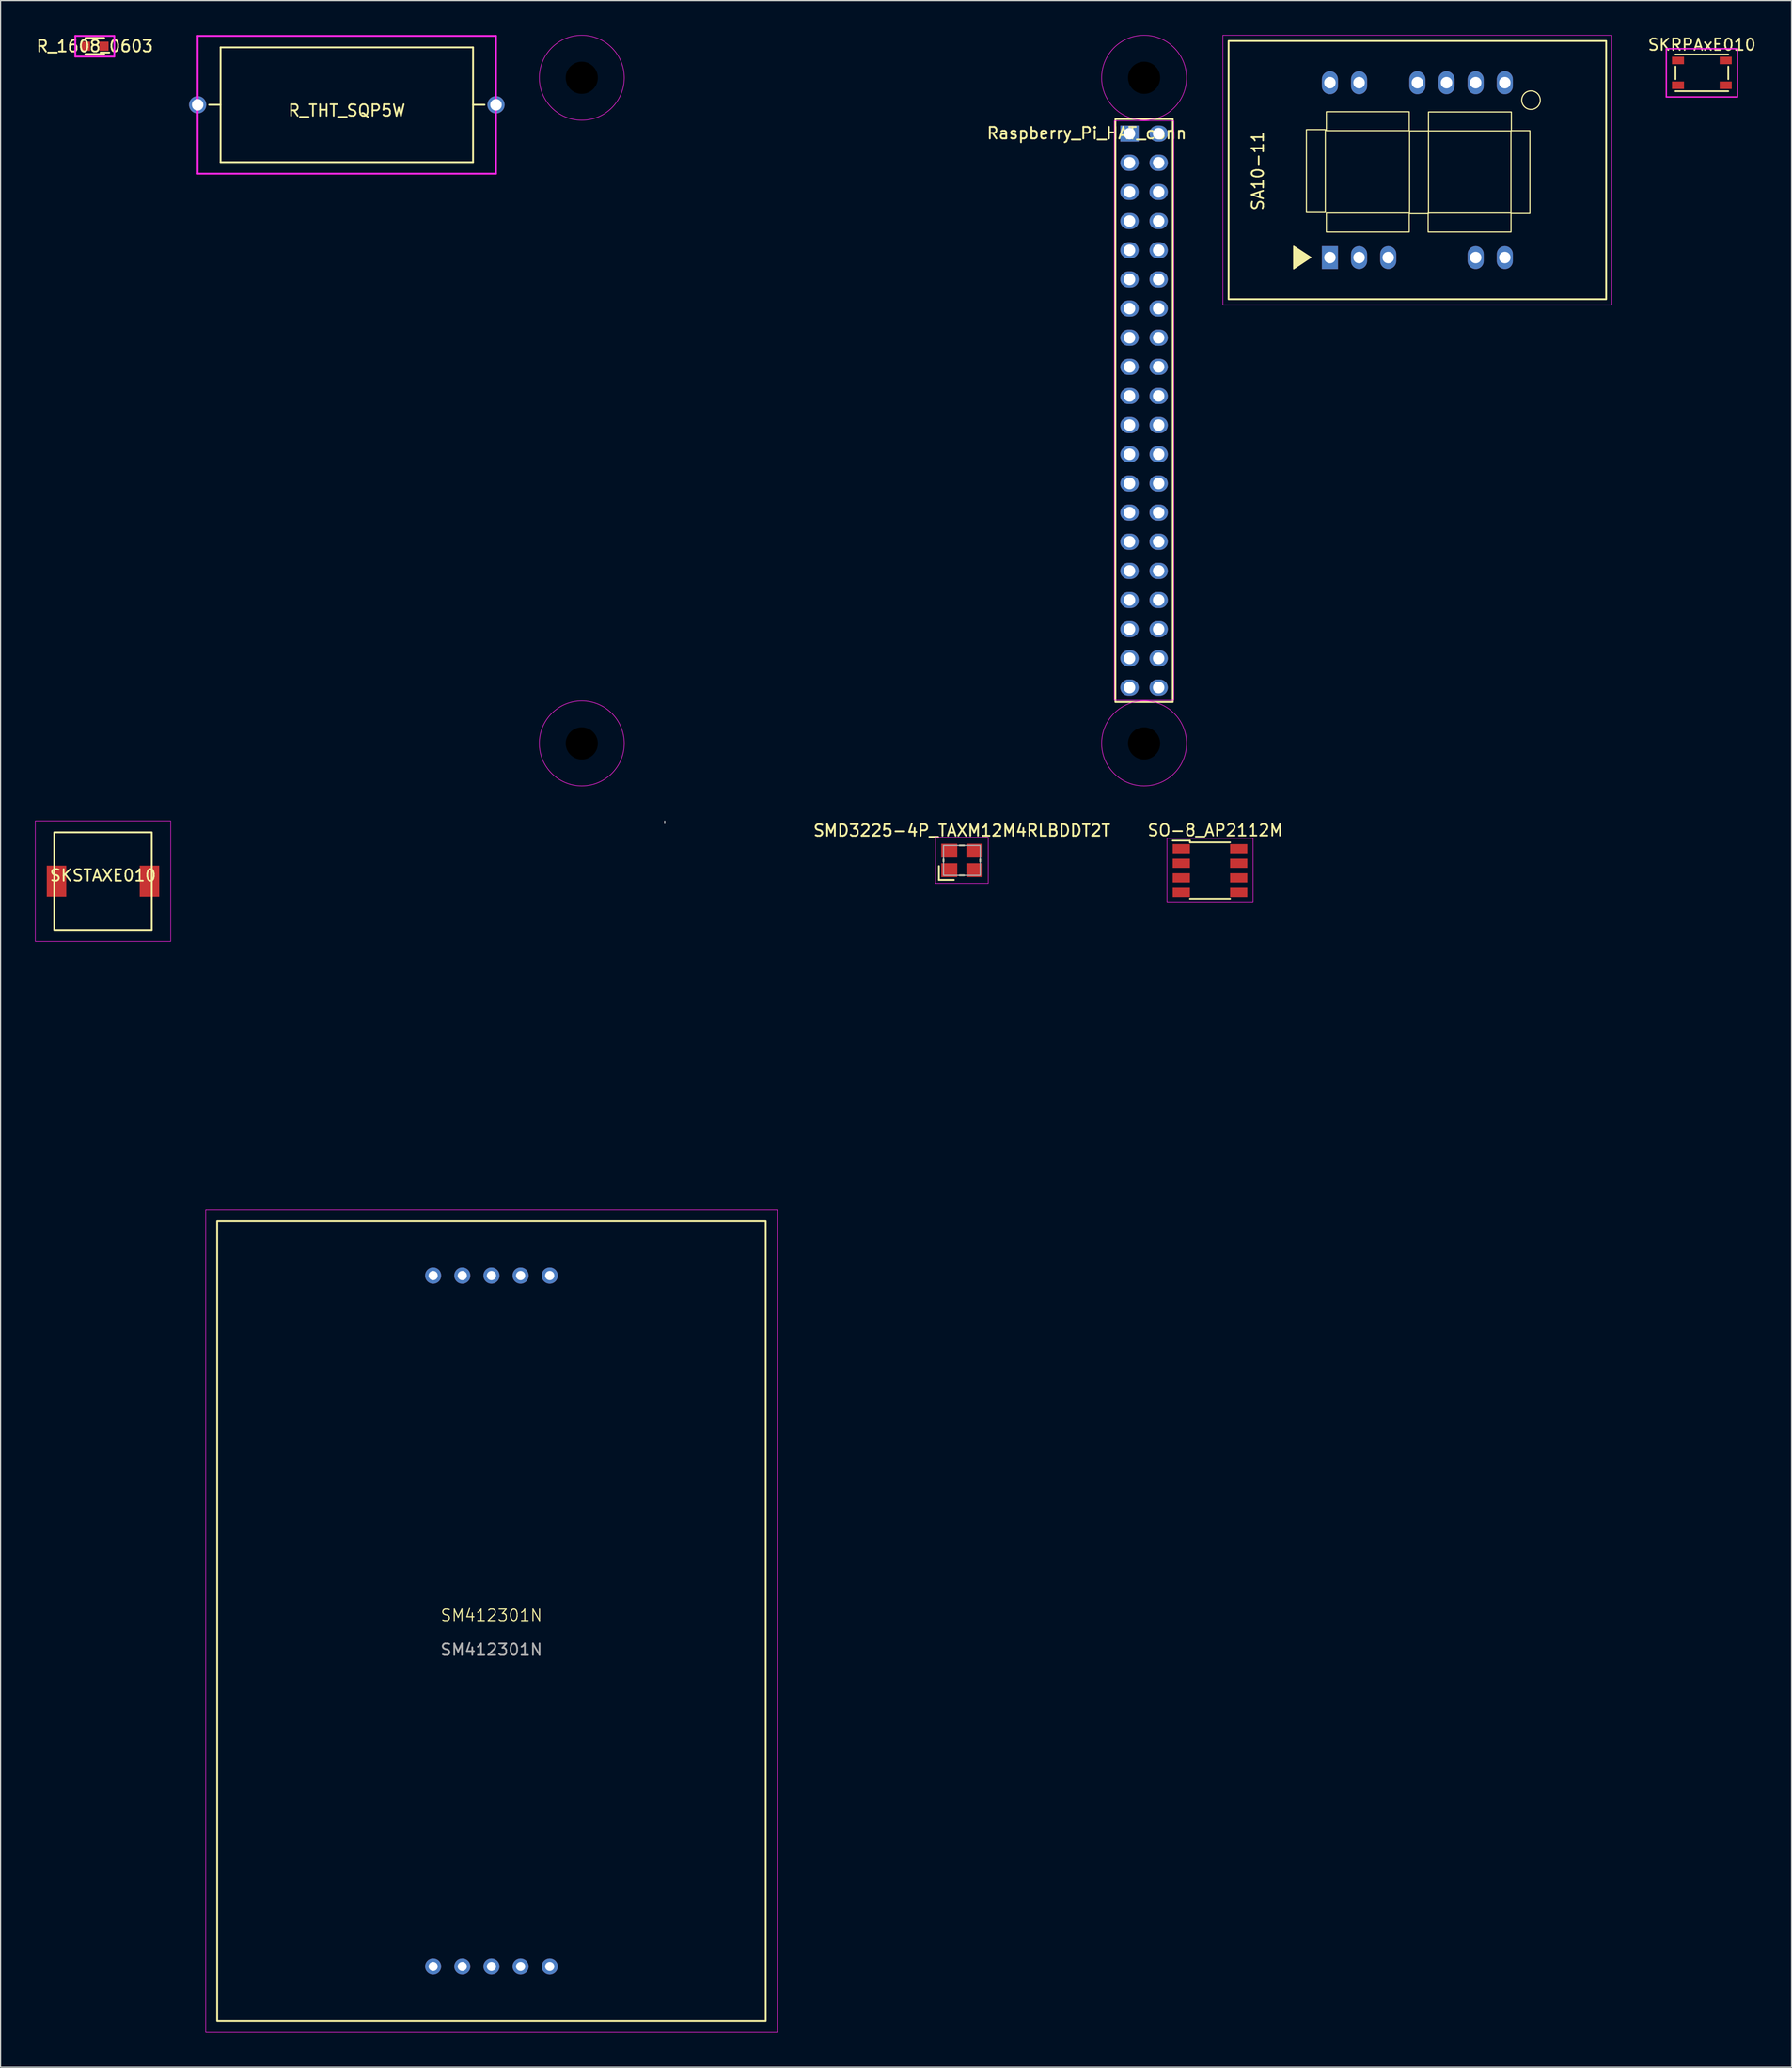
<source format=kicad_pcb>
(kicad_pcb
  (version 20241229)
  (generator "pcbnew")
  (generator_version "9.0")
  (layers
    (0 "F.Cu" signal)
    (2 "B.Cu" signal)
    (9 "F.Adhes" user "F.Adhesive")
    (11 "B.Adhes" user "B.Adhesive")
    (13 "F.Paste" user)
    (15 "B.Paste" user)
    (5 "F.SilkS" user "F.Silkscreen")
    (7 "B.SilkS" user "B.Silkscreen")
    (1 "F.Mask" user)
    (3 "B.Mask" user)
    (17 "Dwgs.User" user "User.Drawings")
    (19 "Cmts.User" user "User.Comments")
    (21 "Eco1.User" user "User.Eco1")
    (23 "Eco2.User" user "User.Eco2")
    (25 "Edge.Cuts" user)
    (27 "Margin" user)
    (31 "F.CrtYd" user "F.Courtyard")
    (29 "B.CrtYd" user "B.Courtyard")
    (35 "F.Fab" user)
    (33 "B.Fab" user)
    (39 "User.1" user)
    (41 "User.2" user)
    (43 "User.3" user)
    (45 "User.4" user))
  (footprint "R_THT_SQP5W"
    (layer "F.Cu")
    (at 27.173 6.08)
    (property "Reference" "R_THT_SQP5W" (at 0 0.5 0) (layer "F.SilkS") (effects (font (size 1 1) (thickness 0.15))))
    (attr through_hole)
    (fp_line (start -11 -5) (end 11 -5) (stroke (width 0.16) (type solid)) (layer "F.SilkS"))
    (fp_line (start -11 0) (end -12 0) (stroke (width 0.16) (type solid)) (layer "F.SilkS"))
    (fp_line (start -11 5) (end -11 -5) (stroke (width 0.16) (type solid)) (layer "F.SilkS"))
    (fp_line (start 11 -5) (end 11 5) (stroke (width 0.16) (type solid)) (layer "F.SilkS"))
    (fp_line (start 11 0) (end 12 0) (stroke (width 0.16) (type solid)) (layer "F.SilkS"))
    (fp_line (start 11 5) (end -11 5) (stroke (width 0.16) (type solid)) (layer "F.SilkS"))
    (fp_line (start -13 -6) (end 13 -6) (stroke (width 0.16) (type solid)) (layer "F.CrtYd"))
    (fp_line (start -13 6) (end -13 -6) (stroke (width 0.16) (type solid)) (layer "F.CrtYd"))
    (fp_line (start 13 -6) (end 13 6) (stroke (width 0.16) (type solid)) (layer "F.CrtYd"))
    (fp_line (start 13 6) (end -13 6) (stroke (width 0.16) (type solid)) (layer "F.CrtYd"))
    (pad "1" thru_hole circle (at -13 0) (size 1.5 1.5) (drill 1) (layers "*.Cu" "*.Mask"))
    (pad "2" thru_hole circle (at 13 0) (size 1.5 1.5) (drill 1) (layers "*.Cu" "*.Mask")))
  (footprint "SA10-11"
    (layer "F.Cu")
    (at 120.463 11.775)
    (property "Reference" "SA10-11" (at -13.9 0.08 90) (layer "F.SilkS") (effects (font (size 1 1) (thickness 0.15))))
    (attr through_hole)
    (fp_rect (start -16.45 -11.25) (end 16.45 11.25) (stroke (width 0.16) (type solid)) (fill no) (layer "F.SilkS"))
    (fp_rect (start -9.67 -3.53) (end -8.02 3.69) (stroke (width 0.1) (type default)) (fill no) (layer "F.SilkS"))
    (fp_rect (start -7.93 -5.09) (end -0.71 -3.44) (stroke (width 0.1) (type default)) (fill no) (layer "F.SilkS"))
    (fp_rect (start -7.93 3.74) (end -0.71 5.39) (stroke (width 0.1) (type default)) (fill no) (layer "F.SilkS"))
    (fp_rect (start -0.68 -3.42) (end 0.97 3.8) (stroke (width 0.1) (type default)) (fill no) (layer "F.SilkS"))
    (fp_rect (start 0.94 3.74) (end 8.16 5.39) (stroke (width 0.1) (type default)) (fill no) (layer "F.SilkS"))
    (fp_rect (start 0.97 -5.07) (end 8.19 -3.42) (stroke (width 0.1) (type default)) (fill no) (layer "F.SilkS"))
    (fp_rect (start 8.155 -3.44) (end 9.805 3.78) (stroke (width 0.1) (type default)) (fill no) (layer "F.SilkS"))
    (fp_circle (center 9.9 -6.1) (end 10.7 -6) (stroke (width 0.1) (type default)) (fill no) (layer "F.SilkS"))
    (fp_poly (pts (xy -9.279 7.604) (xy -10.779 6.627) (xy -10.779 8.604)) (stroke (width 0.1) (type solid)) (fill yes) (layer "F.SilkS"))
    (fp_rect (start -16.95 -11.75) (end 16.95 11.75) (stroke (width 0.05) (type solid)) (fill no) (layer "F.CrtYd"))
    (pad "1" thru_hole rect (at -7.62 7.62) (size 1.4 2) (drill 1) (layers "*.Cu" "*.Mask"))
    (pad "2" thru_hole oval (at -5.08 7.62) (size 1.4 2) (drill 1) (layers "*.Cu" "*.Mask"))
    (pad "3" thru_hole oval (at -2.54 7.62) (size 1.4 2) (drill 1) (layers "*.Cu" "*.Mask"))
    (pad "6" thru_hole oval (at 5.08 7.62) (size 1.4 2) (drill 1) (layers "*.Cu" "*.Mask"))
    (pad "7" thru_hole oval (at 7.62 7.62) (size 1.4 2) (drill 1) (layers "*.Cu" "*.Mask"))
    (pad "8" thru_hole oval (at 7.62 -7.62) (size 1.4 2) (drill 1) (layers "*.Cu" "*.Mask"))
    (pad "9" thru_hole oval (at 5.08 -7.62) (size 1.4 2) (drill 1) (layers "*.Cu" "*.Mask"))
    (pad "10" thru_hole oval (at 2.54 -7.62) (size 1.4 2) (drill 1) (layers "*.Cu" "*.Mask"))
    (pad "11" thru_hole oval (at 0 -7.62) (size 1.4 2) (drill 1) (layers "*.Cu" "*.Mask"))
    (pad "13" thru_hole oval (at -5.08 -7.62) (size 1.4 2) (drill 1) (layers "*.Cu" "*.Mask"))
    (pad "14" thru_hole oval (at -7.62 -7.62) (size 1.4 2) (drill 1) (layers "*.Cu" "*.Mask")))
  (footprint "SKSTAXE010"
    (layer "F.Cu")
    (at 5.925 73.725)
    (property "Reference" "SKSTAXE010" (at 0 -0.5 0) (unlocked yes) (layer "F.SilkS") (effects (font (size 1 1) (thickness 0.15))))
    (attr smd)
    (fp_rect (start -4.25 -4.25) (end 4.25 4.25) (stroke (width 0.16) (type default)) (fill no) (layer "F.SilkS"))
    (fp_rect (start -5.9 -5.25) (end 5.9 5.25) (stroke (width 0.05) (type default)) (fill no) (layer "F.CrtYd"))
    (pad "1" smd rect (at -4.05 0) (size 1.7 2.7) (layers "F.Cu" "F.Mask" "F.Paste"))
    (pad "2" smd rect (at 4.05 0) (size 1.7 2.7) (layers "F.Cu" "F.Mask" "F.Paste")))
  (footprint "SM412301N"
    (layer "F.Cu")
    (at 39.775 138.2)
    (property "Reference" "SM412301N" (at 0 -0.5 0) (unlocked yes) (layer "F.SilkS") (effects (font (size 1 1) (thickness 0.1))))
    (attr through_hole)
    (fp_rect (start -23.9 -34.85) (end 23.9 34.85) (stroke (width 0.16) (type default)) (fill no) (layer "F.SilkS"))
    (fp_rect (start 15.1 -69.7) (end 15.1 -69.5) (stroke (width 0.1) (type default)) (fill no) (layer "Dwgs.User"))
    (fp_rect (start -24.9 -35.85) (end 24.9 35.85) (stroke (width 0.05) (type default)) (fill no) (layer "F.CrtYd"))
    (fp_text user "${REFERENCE}" (at 0 2.5 0) (unlocked yes) (layer "F.Fab") (effects (font (size 1 1) (thickness 0.15))))
    (pad "1" thru_hole circle (at -5.08 30.1) (size 1.4 1.4) (drill 0.8) (layers "*.Cu" "*.Mask"))
    (pad "3" thru_hole circle (at 0 30.1) (size 1.4 1.4) (drill 0.8) (layers "*.Cu" "*.Mask"))
    (pad "4" thru_hole circle (at 2.54 30.1) (size 1.4 1.4) (drill 0.8) (layers "*.Cu" "*.Mask"))
    (pad "5" thru_hole circle (at 5.08 30.1) (size 1.4 1.4) (drill 0.8) (layers "*.Cu" "*.Mask"))
    (pad "6" thru_hole circle (at 5.08 -30.1) (size 1.4 1.4) (drill 0.8) (layers "*.Cu" "*.Mask"))
    (pad "7" thru_hole circle (at 2.54 -30.1) (size 1.4 1.4) (drill 0.8) (layers "*.Cu" "*.Mask"))
    (pad "8" thru_hole circle (at 0 -30.1) (size 1.4 1.4) (drill 0.8) (layers "*.Cu" "*.Mask"))
    (pad "9" thru_hole circle (at -2.54 -30.1) (size 1.4 1.4) (drill 0.8) (layers "*.Cu" "*.Mask"))
    (pad "10" thru_hole circle (at -5.08 -30.1) (size 1.4 1.4) (drill 0.8) (layers "*.Cu" "*.Mask"))
    (pad "e" thru_hole circle (at -2.54 30.1) (size 1.4 1.4) (drill 0.8) (layers "*.Cu" "*.Mask")))
  (footprint "R_1608_0603"
    (layer "F.Cu")
    (at 5.211 0.98)
    (property "Reference" "R_1608_0603" (at 0 0 0) (layer "F.SilkS") (effects (font (size 1 1) (thickness 0.16))))
    (attr smd)
    (fp_line (start -0.8 -0.7) (end 0.8 -0.7) (stroke (width 0.2) (type solid)) (layer "F.SilkS"))
    (fp_line (start -0.8 0.7) (end 0.8 0.7) (stroke (width 0.2) (type solid)) (layer "F.SilkS"))
    (fp_line (start -1.7 -0.9) (end 1.7 -0.9) (stroke (width 0.16) (type solid)) (layer "F.CrtYd"))
    (fp_line (start -1.7 0.9) (end -1.7 -0.9) (stroke (width 0.16) (type solid)) (layer "F.CrtYd"))
    (fp_line (start 1.7 -0.9) (end 1.7 0.9) (stroke (width 0.16) (type solid)) (layer "F.CrtYd"))
    (fp_line (start 1.7 0.9) (end -1.7 0.9) (stroke (width 0.16) (type solid)) (layer "F.CrtYd"))
    (pad "1" smd rect (at -0.8 0) (size 0.8 0.8) (layers "F.Cu" "F.Mask" "F.Paste"))
    (pad "2" smd rect (at 0.8 0) (size 0.8 0.8) (layers "F.Cu" "F.Mask" "F.Paste")))
  (footprint "SO-8_AP2112M"
    (layer "F.Cu")
    (at 102.393 72.798)
    (property "Reference" "SO-8_AP2112M" (at 0.45 -3.5 0) (unlocked yes) (layer "F.SilkS") (effects (font (size 1 1) (thickness 0.15))))
    (attr smd)
    (fp_line (start -3.25 -2.6) (end -1.75 -2.6) (stroke (width 0.15) (type solid)) (layer "F.SilkS"))
    (fp_line (start -1.75 -2.6) (end -1.75 -2.45) (stroke (width 0.15) (type solid)) (layer "F.SilkS"))
    (fp_line (start -1.75 -2.45) (end 1.75 -2.45) (stroke (width 0.15) (type solid)) (layer "F.SilkS"))
    (fp_line (start 1.75 2.45) (end -1.75 2.45) (stroke (width 0.15) (type solid)) (layer "F.SilkS"))
    (fp_rect (start -3.75 -2.8) (end 3.75 2.8) (stroke (width 0.05) (type solid)) (fill no) (layer "F.CrtYd"))
    (pad "1" smd rect (at -2.5 -1.9) (size 1.5 0.8) (layers "F.Cu" "F.Mask" "F.Paste"))
    (pad "2" smd rect (at -2.5 -0.63) (size 1.5 0.8) (layers "F.Cu" "F.Mask" "F.Paste"))
    (pad "3" smd rect (at -2.5 0.64) (size 1.5 0.8) (layers "F.Cu" "F.Mask" "F.Paste"))
    (pad "4" smd rect (at -2.5 1.91) (size 1.5 0.8) (layers "F.Cu" "F.Mask" "F.Paste"))
    (pad "5" smd rect (at 2.5 1.91) (size 1.5 0.8) (layers "F.Cu" "F.Mask" "F.Paste"))
    (pad "6" smd rect (at 2.5 0.64) (size 1.5 0.8) (layers "F.Cu" "F.Mask" "F.Paste"))
    (pad "7" smd rect (at 2.5 -0.63) (size 1.5 0.8) (layers "F.Cu" "F.Mask" "F.Paste"))
    (pad "8" smd rect (at 2.5 -1.9) (size 1.5 0.8) (layers "F.Cu" "F.Mask" "F.Paste")))
  (footprint "Raspberry_Pi_HAT_conn"
    (layer "F.Cu")
    (at 96.648 32.725)
    (property "Reference" "Raspberry_Pi_HAT_conn" (at -4.99 -24.17 0) (unlocked yes) (layer "F.SilkS") (effects (font (size 1 1) (thickness 0.16))))
    (attr through_hole)
    (fp_rect (start -2.5 -25.4) (end 2.5 25.4) (stroke (width 0.16) (type default)) (fill no) (layer "F.SilkS"))
    (fp_rect (start -2.6 -25.25) (end 2.6 25.25) (stroke (width 0.05) (type default)) (fill no) (layer "F.CrtYd"))
    (fp_circle (center -49 -29) (end -45.3 -29) (stroke (width 0.05) (type default)) (fill no) (layer "F.CrtYd"))
    (fp_circle (center -49 29) (end -45.3 29) (stroke (width 0.05) (type default)) (fill no) (layer "F.CrtYd"))
    (fp_circle (center 0 -29) (end 3.7 -29) (stroke (width 0.05) (type default)) (fill no) (layer "F.CrtYd"))
    (fp_circle (center 0 29) (end 3.7 29) (stroke (width 0.05) (type default)) (fill no) (layer "F.CrtYd"))
    (pad "" np_thru_hole circle (at -49 -29) (size 6.3 6.3) (drill 2.8) (layers "*.Mask"))
    (pad "" np_thru_hole circle (at -49 29) (size 6.3 6.3) (drill 2.8) (layers "*.Mask"))
    (pad "" np_thru_hole circle (at 0 -29) (size 6.3 6.3) (drill 2.8) (layers "*.Mask"))
    (pad "" np_thru_hole circle (at 0 29) (size 6.3 6.3) (drill 2.8) (layers "*.Mask"))
    (pad "1" thru_hole rect (at -1.27 -24.13) (size 1.6 1.4) (drill 1) (layers "*.Cu" "*.Mask"))
    (pad "2" thru_hole oval (at 1.27 -24.13) (size 1.6 1.4) (drill 1) (layers "*.Cu" "*.Mask"))
    (pad "3" thru_hole oval (at -1.27 -21.59) (size 1.6 1.4) (drill 1) (layers "*.Cu" "*.Mask"))
    (pad "4" thru_hole oval (at 1.27 -21.59) (size 1.6 1.4) (drill 1) (layers "*.Cu" "*.Mask"))
    (pad "5" thru_hole oval (at -1.27 -19.05) (size 1.6 1.4) (drill 1) (layers "*.Cu" "*.Mask"))
    (pad "6" thru_hole oval (at 1.27 -19.05) (size 1.6 1.4) (drill 1) (layers "*.Cu" "*.Mask"))
    (pad "7" thru_hole oval (at -1.27 -16.51) (size 1.6 1.4) (drill 1) (layers "*.Cu" "*.Mask"))
    (pad "8" thru_hole oval (at 1.27 -16.51) (size 1.6 1.4) (drill 1) (layers "*.Cu" "*.Mask"))
    (pad "9" thru_hole oval (at -1.27 -13.97) (size 1.6 1.4) (drill 1) (layers "*.Cu" "*.Mask"))
    (pad "10" thru_hole oval (at 1.27 -13.97) (size 1.6 1.4) (drill 1) (layers "*.Cu" "*.Mask"))
    (pad "11" thru_hole oval (at -1.27 -11.43) (size 1.6 1.4) (drill 1) (layers "*.Cu" "*.Mask"))
    (pad "12" thru_hole oval (at 1.27 -11.43) (size 1.6 1.4) (drill 1) (layers "*.Cu" "*.Mask"))
    (pad "13" thru_hole oval (at -1.27 -8.89) (size 1.6 1.4) (drill 1) (layers "*.Cu" "*.Mask"))
    (pad "14" thru_hole oval (at 1.27 -8.89) (size 1.6 1.4) (drill 1) (layers "*.Cu" "*.Mask"))
    (pad "15" thru_hole oval (at -1.27 -6.35) (size 1.6 1.4) (drill 1) (layers "*.Cu" "*.Mask"))
    (pad "16" thru_hole oval (at 1.27 -6.35) (size 1.6 1.4) (drill 1) (layers "*.Cu" "*.Mask"))
    (pad "17" thru_hole oval (at -1.27 -3.81) (size 1.6 1.4) (drill 1) (layers "*.Cu" "*.Mask"))
    (pad "18" thru_hole oval (at 1.27 -3.81) (size 1.6 1.4) (drill 1) (layers "*.Cu" "*.Mask"))
    (pad "19" thru_hole oval (at -1.27 -1.27) (size 1.6 1.4) (drill 1) (layers "*.Cu" "*.Mask"))
    (pad "20" thru_hole oval (at 1.27 -1.27) (size 1.6 1.4) (drill 1) (layers "*.Cu" "*.Mask"))
    (pad "21" thru_hole oval (at -1.27 1.27) (size 1.6 1.4) (drill 1) (layers "*.Cu" "*.Mask"))
    (pad "22" thru_hole oval (at 1.27 1.27) (size 1.6 1.4) (drill 1) (layers "*.Cu" "*.Mask"))
    (pad "23" thru_hole oval (at -1.27 3.81) (size 1.6 1.4) (drill 1) (layers "*.Cu" "*.Mask"))
    (pad "24" thru_hole oval (at 1.27 3.81) (size 1.6 1.4) (drill 1) (layers "*.Cu" "*.Mask"))
    (pad "25" thru_hole oval (at -1.27 6.35) (size 1.6 1.4) (drill 1) (layers "*.Cu" "*.Mask"))
    (pad "26" thru_hole oval (at 1.27 6.35) (size 1.6 1.4) (drill 1) (layers "*.Cu" "*.Mask"))
    (pad "27" thru_hole oval (at -1.27 8.89) (size 1.6 1.4) (drill 1) (layers "*.Cu" "*.Mask"))
    (pad "28" thru_hole oval (at 1.27 8.89) (size 1.6 1.4) (drill 1) (layers "*.Cu" "*.Mask"))
    (pad "29" thru_hole oval (at -1.27 11.43) (size 1.6 1.4) (drill 1) (layers "*.Cu" "*.Mask"))
    (pad "30" thru_hole oval (at 1.27 11.43) (size 1.6 1.4) (drill 1) (layers "*.Cu" "*.Mask"))
    (pad "31" thru_hole oval (at -1.27 13.97) (size 1.6 1.4) (drill 1) (layers "*.Cu" "*.Mask"))
    (pad "32" thru_hole oval (at 1.27 13.97) (size 1.6 1.4) (drill 1) (layers "*.Cu" "*.Mask"))
    (pad "33" thru_hole oval (at -1.27 16.51) (size 1.6 1.4) (drill 1) (layers "*.Cu" "*.Mask"))
    (pad "34" thru_hole oval (at 1.27 16.51) (size 1.6 1.4) (drill 1) (layers "*.Cu" "*.Mask"))
    (pad "35" thru_hole oval (at -1.27 19.05) (size 1.6 1.4) (drill 1) (layers "*.Cu" "*.Mask"))
    (pad "36" thru_hole oval (at 1.27 19.05) (size 1.6 1.4) (drill 1) (layers "*.Cu" "*.Mask"))
    (pad "37" thru_hole oval (at -1.27 21.59) (size 1.6 1.4) (drill 1) (layers "*.Cu" "*.Mask"))
    (pad "38" thru_hole oval (at 1.27 21.59) (size 1.6 1.4) (drill 1) (layers "*.Cu" "*.Mask"))
    (pad "39" thru_hole oval (at -1.27 24.13) (size 1.6 1.4) (drill 1) (layers "*.Cu" "*.Mask"))
    (pad "40" thru_hole oval (at 1.27 24.13) (size 1.6 1.4) (drill 1) (layers "*.Cu" "*.Mask")))
  (footprint "SMD3225-4P_TAXM12M4RLBDDT2T"
    (layer "F.Cu")
    (at 80.769 71.916)
    (property "Reference" "SMD3225-4P_TAXM12M4RLBDDT2T" (at 0 -2.6 0) (unlocked yes) (layer "F.SilkS") (effects (font (size 1 1) (thickness 0.16))))
    (attr smd)
    (fp_line (start -2 1.7) (end -2 0.5) (stroke (width 0.16) (type default)) (layer "F.SilkS"))
    (fp_line (start -2 1.7) (end -0.7 1.7) (stroke (width 0.16) (type default)) (layer "F.SilkS"))
    (fp_line (start -1.6 -0.1) (end -1.6 0.1) (stroke (width 0.16) (type default)) (layer "F.SilkS"))
    (fp_line (start -0.2 -1.3) (end 0.2 -1.3) (stroke (width 0.16) (type default)) (layer "F.SilkS"))
    (fp_line (start -0.2 1.3) (end 0.2 1.3) (stroke (width 0.16) (type default)) (layer "F.SilkS"))
    (fp_line (start 1.6 -0.1) (end 1.6 0.1) (stroke (width 0.16) (type default)) (layer "F.SilkS"))
    (fp_rect (start -2.3 -2) (end 2.3 2) (stroke (width 0.05) (type default)) (fill no) (layer "F.CrtYd"))
    (fp_rect (start -1.6 -1.3) (end 1.6 1.3) (stroke (width 0.1) (type default)) (fill no) (layer "F.Fab"))
    (pad "1" smd rect (at -1.1 0.85) (size 1.4 1.2) (layers "F.Cu" "F.Mask" "F.Paste"))
    (pad "2" smd rect (at 1.1 0.85) (size 1.4 1.2) (layers "F.Cu" "F.Mask" "F.Paste"))
    (pad "3" smd rect (at 1.1 -0.85) (size 1.4 1.2) (layers "F.Cu" "F.Mask" "F.Paste"))
    (pad "4" smd rect (at -1.1 -0.85) (size 1.4 1.2) (layers "F.Cu" "F.Mask" "F.Paste")))
  (footprint "SKRPAxE010"
    (layer "F.Cu")
    (at 145.254 3.298)
    (property "Reference" "SKRPAxE010" (at 0 -2.45 0) (layer "F.SilkS") (effects (font (size 1 1) (thickness 0.15))))
    (attr through_hole)
    (fp_line (start -2.3 -1.6) (end 2.3 -1.6) (stroke (width 0.15) (type solid)) (layer "F.SilkS"))
    (fp_line (start -2.3 0.55) (end -2.3 -0.55) (stroke (width 0.15) (type solid)) (layer "F.SilkS"))
    (fp_line (start 2.3 -0.55) (end 2.3 0.55) (stroke (width 0.15) (type solid)) (layer "F.SilkS"))
    (fp_line (start 2.3 1.6) (end -2.3 1.6) (stroke (width 0.15) (type solid)) (layer "F.SilkS"))
    (fp_line (start -3.1 -2.1) (end 3.1 -2.1) (stroke (width 0.12) (type solid)) (layer "F.CrtYd"))
    (fp_line (start -3.1 2.1) (end -3.1 -2.1) (stroke (width 0.12) (type solid)) (layer "F.CrtYd"))
    (fp_line (start 3.1 -2.1) (end 3.1 2.1) (stroke (width 0.12) (type solid)) (layer "F.CrtYd"))
    (fp_line (start 3.1 2.1) (end -3.1 2.1) (stroke (width 0.12) (type solid)) (layer "F.CrtYd"))
    (pad "1" smd rect (at -2.08 -1.08) (size 1.05 0.65) (layers "F.Cu" "F.Mask" "F.Paste"))
    (pad "2" smd rect (at 2.08 -1.08) (size 1.05 0.65) (layers "F.Cu" "F.Mask" "F.Paste"))
    (pad "3" smd rect (at -2.08 1.08) (size 1.05 0.65) (layers "F.Cu" "F.Mask" "F.Paste"))
    (pad "4" smd rect (at 2.08 1.08) (size 1.05 0.65) (layers "F.Cu" "F.Mask" "F.Paste")))
  (gr_rect
    (start -3 -3)
    (end 153.069 177.075)
    (stroke (width 0.1) (type default))
    (fill no)
    (layer "Edge.Cuts")))
</source>
